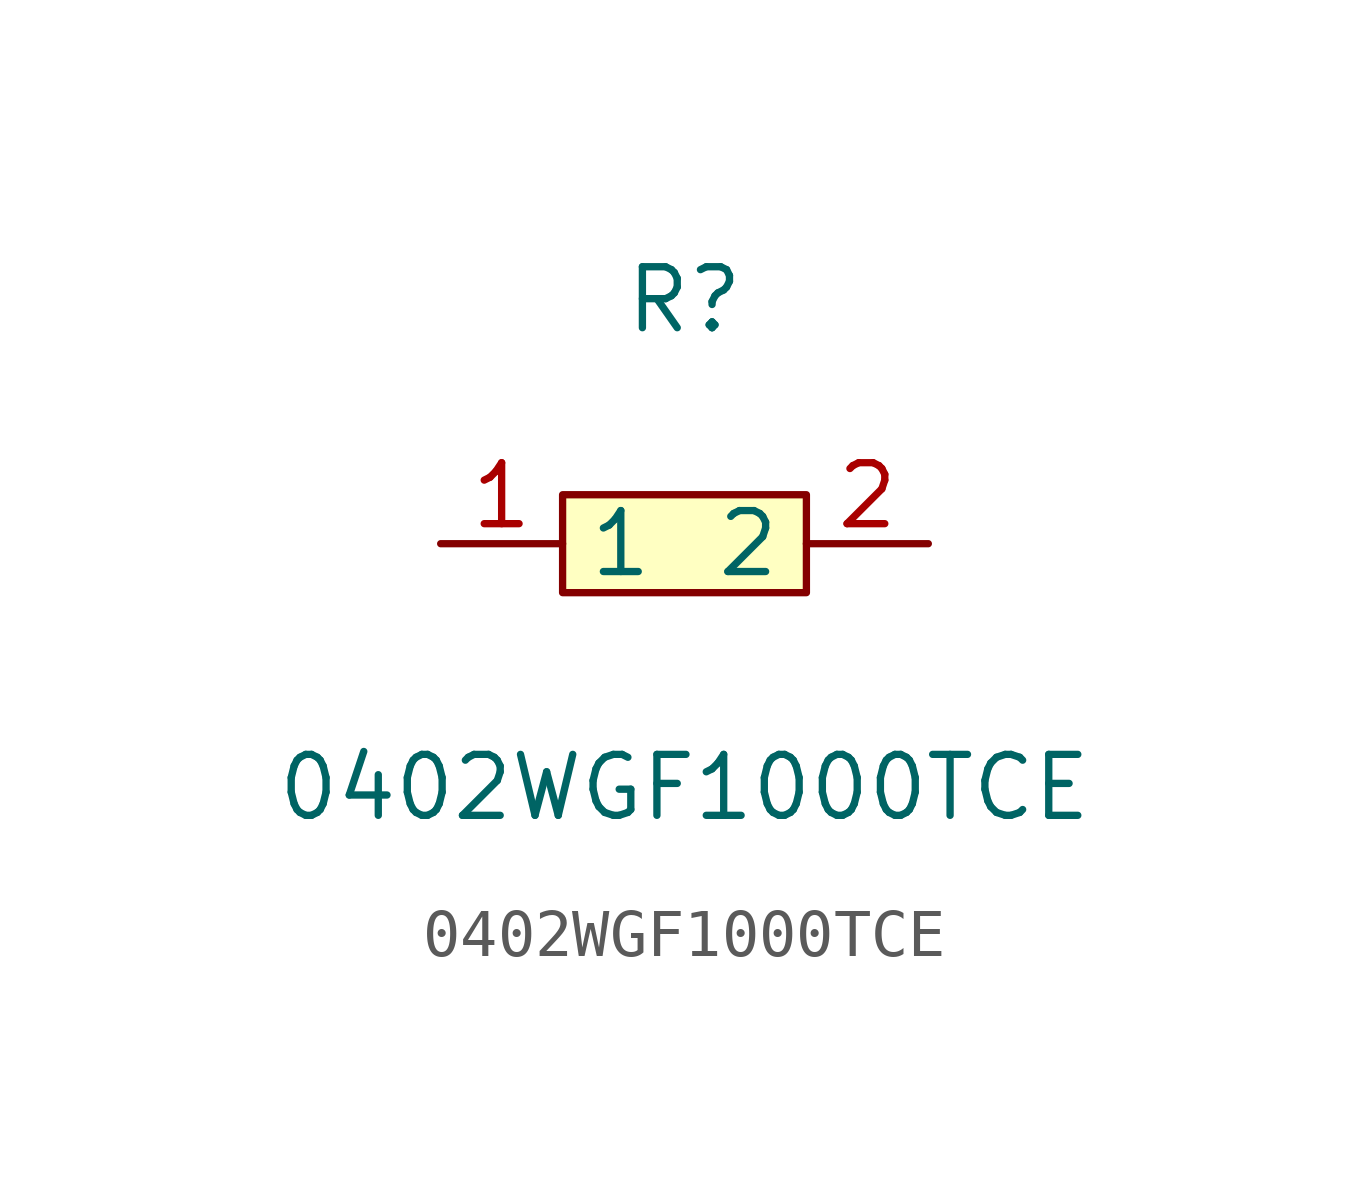
<source format=kicad_sym>
(kicad_symbol_lib
  (version 20211014)
  (generator https://github.com/uPesy/easyeda2kicad.py)
  (symbol "0402WGF1000TCE"
    (property "Reference" "R"
      (at 0 5.08 0)
      (effects (font (size 1.27 1.27))))
    (property "Value" "0402WGF1000TCE"
      (at 0 -5.08 0)
      (effects (font (size 1.27 1.27))))
    (symbol "0402WGF1000TCE_0_1"
      (rectangle (start -2.54 1.02) (end 2.54 -1.02) (stroke (width 0) (type default) (color 0 0 0 0)) (fill (type background)))
      (pin input line (at 5.08 -0.00 180) (length 2.54) (name "2" (effects (font (size 1.27 1.27)))) (number "2" (effects (font (size 1.27 1.27)))))
      (pin input line (at -5.08 -0.00 0) (length 2.54) (name "1" (effects (font (size 1.27 1.27)))) (number "1" (effects (font (size 1.27 1.27))))))))
</source>
